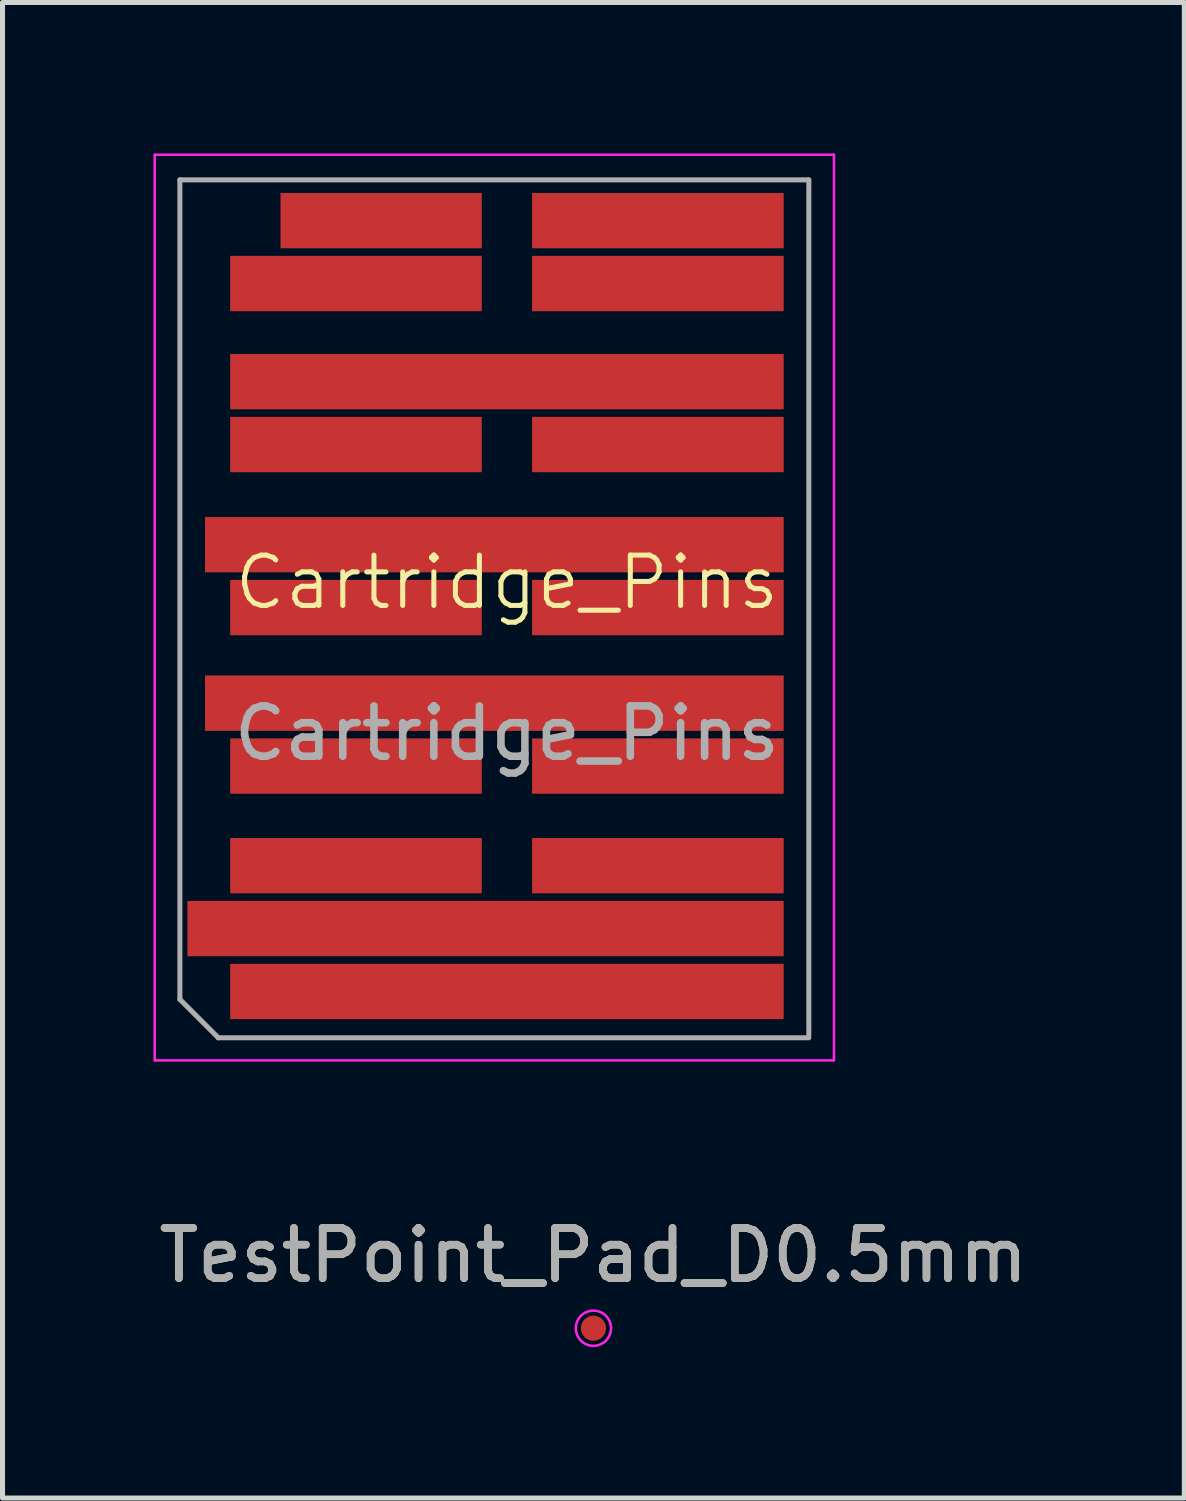
<source format=kicad_pcb>
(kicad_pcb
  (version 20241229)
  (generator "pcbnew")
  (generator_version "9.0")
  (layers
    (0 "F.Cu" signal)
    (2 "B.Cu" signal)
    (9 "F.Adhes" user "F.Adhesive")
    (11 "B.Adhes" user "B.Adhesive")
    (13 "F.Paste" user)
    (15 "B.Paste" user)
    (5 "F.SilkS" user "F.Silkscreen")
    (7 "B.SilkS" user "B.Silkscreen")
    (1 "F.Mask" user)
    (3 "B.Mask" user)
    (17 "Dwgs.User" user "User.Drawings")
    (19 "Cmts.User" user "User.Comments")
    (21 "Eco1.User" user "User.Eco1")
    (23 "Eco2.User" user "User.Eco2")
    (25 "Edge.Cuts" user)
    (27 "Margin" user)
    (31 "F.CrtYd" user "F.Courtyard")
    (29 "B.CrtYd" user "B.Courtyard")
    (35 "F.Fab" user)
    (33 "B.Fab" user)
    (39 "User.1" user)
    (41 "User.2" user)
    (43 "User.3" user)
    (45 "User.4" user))
  (footprint "Cartridge_Pins"
    (layer "F.Cu")
    (at 6.025 9.025)
    (property "Reference" "Cartridge_Pins" (at 1 -0.5 0) (unlocked yes) (layer "F.SilkS") (effects (font (size 1 1) (thickness 0.1))))
    (attr smd)
    (fp_line (start -6 -9) (end 7.5 -9) (stroke (width 0.05) (type solid)) (layer "F.CrtYd"))
    (fp_line (start -6 9) (end -6 -9) (stroke (width 0.05) (type solid)) (layer "F.CrtYd"))
    (fp_line (start -6 9) (end 7.5 9) (stroke (width 0.05) (type solid)) (layer "F.CrtYd"))
    (fp_line (start 7.5 9) (end 7.5 -9) (stroke (width 0.05) (type solid)) (layer "F.CrtYd"))
    (fp_line (start -5.5 -8.5) (end -5.5 7.787) (stroke (width 0.1) (type solid)) (layer "F.Fab"))
    (fp_line (start -5.5 7.787) (end -4.737 8.55) (stroke (width 0.1) (type solid)) (layer "F.Fab"))
    (fp_line (start -4.737 8.55) (end 7 8.55) (stroke (width 0.1) (type solid)) (layer "F.Fab"))
    (fp_line (start 7 -8.5) (end -5.5 -8.5) (stroke (width 0.1) (type solid)) (layer "F.Fab"))
    (fp_line (start 7 8.5) (end 7 -8.5) (stroke (width 0.1) (type solid)) (layer "F.Fab"))
    (fp_text user "${REFERENCE}" (at 1 2.5 0) (unlocked yes) (layer "F.Fab") (effects (font (size 1 1) (thickness 0.15))))
    (pad "1" smd rect (at 4 -7.69) (size 5 1.1) (layers "F.Cu" "F.Mask"))
    (pad "2" smd rect (at -1.5 -7.69) (size 4 1.1) (layers "F.Cu" "F.Mask"))
    (pad "3" smd rect (at -2 -6.44) (size 5 1.1) (layers "F.Cu" "F.Mask"))
    (pad "4" smd rect (at 4 -6.44) (size 5 1.1) (layers "F.Cu" "F.Mask"))
    (pad "5" smd rect (at 1 -4.49) (size 11 1.1) (layers "F.Cu" "F.Mask"))
    (pad "6" smd rect (at -2 -3.24) (size 5 1.1) (layers "F.Cu" "F.Mask"))
    (pad "7" smd rect (at 4 -3.24) (size 5 1.1) (layers "F.Cu" "F.Mask"))
    (pad "8" smd rect (at 0.75 -1.25) (size 11.5 1.1) (layers "F.Cu" "F.Mask"))
    (pad "9" smd rect (at -2 0) (size 5 1.1) (layers "F.Cu" "F.Mask"))
    (pad "10" smd rect (at 4 0) (size 5 1.1) (layers "F.Cu" "F.Mask"))
    (pad "11" smd rect (at 0.75 1.9) (size 11.5 1.1) (layers "F.Cu" "F.Mask"))
    (pad "12" smd rect (at -2 3.15) (size 5 1.1) (layers "F.Cu" "F.Mask"))
    (pad "13" smd rect (at 4 3.15) (size 5 1.1) (layers "F.Cu" "F.Mask"))
    (pad "14" smd rect (at -2 5.13) (size 5 1.1) (layers "F.Cu" "F.Mask"))
    (pad "15" smd rect (at 4 5.13) (size 5 1.1) (layers "F.Cu" "F.Mask"))
    (pad "16" smd rect (at 0.575 6.38) (size 11.85 1.1) (layers "F.Cu" "F.Mask"))
    (pad "17" smd rect (at 1 7.63) (size 11 1.1) (layers "F.Cu" "F.Mask")))
  (footprint "TestPoint_Pad_D0.5mm"
    (layer "F.Cu")
    (at 8.744 23.348)
    (property "Reference" "TestPoint_Pad_D0.5mm" (at 0 -1.448 0) (layer "F.SilkS") (effects (font (size 1 1) (thickness 0.15))))
    (attr exclude_from_pos_files exclude_from_bom)
    (fp_circle (center 0 0) (end 0.35 0) (stroke (width 0.05) (type solid)) (fill no) (layer "F.CrtYd"))
    (fp_text user "${REFERENCE}" (at 0 -1.45 0) (layer "F.Fab") (effects (font (size 1 1) (thickness 0.15))))
    (pad "1" smd circle (at 0 0) (size 0.5 0.5) (layers "F.Cu" "F.Mask")))
  (gr_rect
    (start -3 -3)
    (end 20.488 26.723)
    (stroke (width 0.1) (type default))
    (fill no)
    (layer "Edge.Cuts")))
</source>
